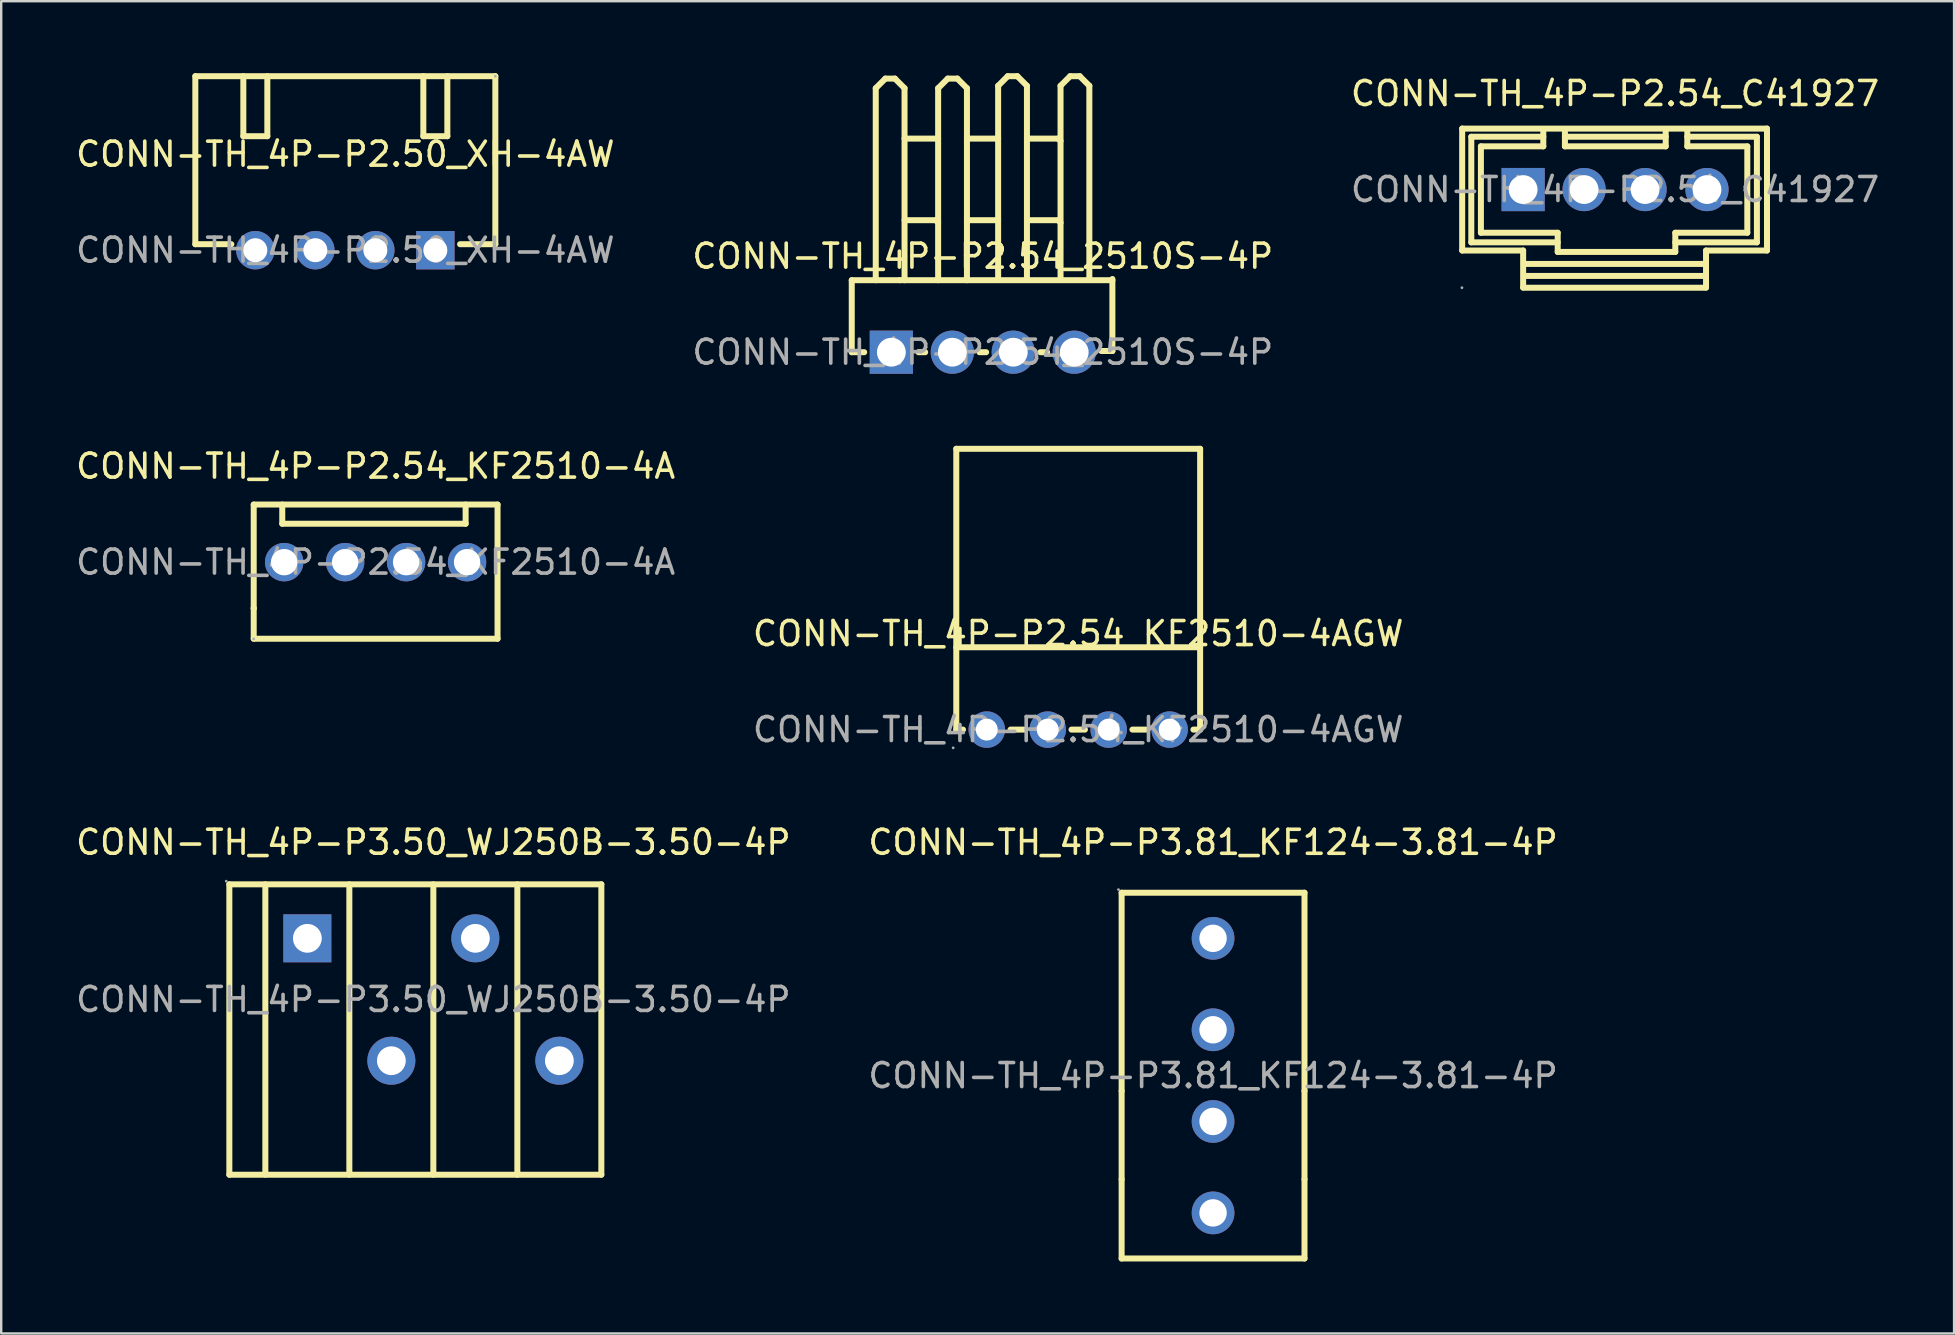
<source format=kicad_pcb>
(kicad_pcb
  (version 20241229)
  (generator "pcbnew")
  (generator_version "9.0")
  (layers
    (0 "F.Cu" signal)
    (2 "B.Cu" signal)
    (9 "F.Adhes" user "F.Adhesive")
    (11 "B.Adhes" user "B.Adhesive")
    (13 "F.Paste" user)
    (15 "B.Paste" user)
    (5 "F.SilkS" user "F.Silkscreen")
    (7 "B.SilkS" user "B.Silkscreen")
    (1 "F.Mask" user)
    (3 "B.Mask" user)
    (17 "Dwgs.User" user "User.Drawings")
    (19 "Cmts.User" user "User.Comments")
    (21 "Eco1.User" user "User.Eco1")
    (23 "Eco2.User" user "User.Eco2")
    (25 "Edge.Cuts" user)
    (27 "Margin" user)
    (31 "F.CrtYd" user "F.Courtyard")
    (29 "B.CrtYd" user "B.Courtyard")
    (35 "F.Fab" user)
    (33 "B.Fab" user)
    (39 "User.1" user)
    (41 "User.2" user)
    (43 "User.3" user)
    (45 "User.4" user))
  (footprint "CONN-TH_4P-P2.54_KF2510-4AGW"
    (layer "F.Cu")
    (at 41.875 27.35)
    (property "Reference" "CONN-TH_4P-P2.54_KF2510-4AGW" (at 0 -4 0) (layer "F.SilkS") (effects (font (size 1 1) (thickness 0.15))))
    (attr through_hole)
    (fp_line (start -5.08 -11.7) (end -5.08 0) (stroke (width 0.25) (type solid)) (layer "F.SilkS"))
    (fp_line (start -5.08 -11.7) (end 5.08 -11.7) (stroke (width 0.25) (type solid)) (layer "F.SilkS"))
    (fp_line (start -5.08 -3.43) (end 5.08 -3.43) (stroke (width 0.25) (type solid)) (layer "F.SilkS"))
    (fp_line (start -4.8 0) (end -5.08 0) (stroke (width 0.25) (type solid)) (layer "F.SilkS"))
    (fp_line (start -2.26 0) (end -2.82 0) (stroke (width 0.25) (type solid)) (layer "F.SilkS"))
    (fp_line (start 0.28 0) (end -0.28 0) (stroke (width 0.25) (type solid)) (layer "F.SilkS"))
    (fp_line (start 2.82 0) (end 2.26 0) (stroke (width 0.25) (type solid)) (layer "F.SilkS"))
    (fp_line (start 5.08 -11.7) (end 5.08 0) (stroke (width 0.25) (type solid)) (layer "F.SilkS"))
    (fp_line (start 5.08 0) (end 4.8 0) (stroke (width 0.25) (type solid)) (layer "F.SilkS"))
    (fp_circle (center -5.21 0.76) (end -5.18 0.76) (stroke (width 0.06) (type solid)) (fill no) (layer "F.Fab"))
    (fp_circle (center -3.81 0) (end -3.63 0) (stroke (width 0.36) (type solid)) (fill no) (layer "F.Fab"))
    (fp_circle (center -1.27 0) (end -1.09 0) (stroke (width 0.36) (type solid)) (fill no) (layer "F.Fab"))
    (fp_circle (center 1.27 0) (end 1.45 0) (stroke (width 0.36) (type solid)) (fill no) (layer "F.Fab"))
    (fp_circle (center 3.81 0) (end 3.99 0) (stroke (width 0.36) (type solid)) (fill no) (layer "F.Fab"))
    (fp_text user "${REFERENCE}" (at 0 0 0) (layer "F.Fab") (effects (font (size 1 1) (thickness 0.15))))
    (pad "1" thru_hole circle (at -3.81 0 90) (size 1.52 1.52) (drill 0.914) (layers "*.Cu" "*.Paste" "*.Mask"))
    (pad "2" thru_hole circle (at -1.27 0 90) (size 1.52 1.52) (drill 0.914) (layers "*.Cu" "*.Paste" "*.Mask"))
    (pad "3" thru_hole circle (at 1.27 0 90) (size 1.52 1.52) (drill 0.914) (layers "*.Cu" "*.Paste" "*.Mask"))
    (pad "4" thru_hole circle (at 3.81 0 90) (size 1.52 1.52) (drill 0.914) (layers "*.Cu" "*.Paste" "*.Mask")))
  (footprint "CONN-TH_4P-P2.54_2510S-4P"
    (layer "F.Cu")
    (at 37.899 11.625)
    (property "Reference" "CONN-TH_4P-P2.54_2510S-4P" (at 0 -4 0) (layer "F.SilkS") (effects (font (size 1 1) (thickness 0.15))))
    (attr through_hole)
    (fp_line (start -5.46 -3) (end -3.46 -3) (stroke (width 0.25) (type solid)) (layer "F.SilkS"))
    (fp_line (start -5.46 0) (end -5.46 -3) (stroke (width 0.25) (type solid)) (layer "F.SilkS"))
    (fp_line (start -5.46 0) (end -4.94 0) (stroke (width 0.25) (type solid)) (layer "F.SilkS"))
    (fp_line (start -4.46 -11) (end -4.06 -11.4) (stroke (width 0.25) (type solid)) (layer "F.SilkS"))
    (fp_line (start -4.46 -3) (end -4.46 -11) (stroke (width 0.25) (type solid)) (layer "F.SilkS"))
    (fp_line (start -4.06 -11.4) (end -3.66 -11.4) (stroke (width 0.25) (type solid)) (layer "F.SilkS"))
    (fp_line (start -3.66 -11.4) (end -3.26 -11) (stroke (width 0.25) (type solid)) (layer "F.SilkS"))
    (fp_line (start -3.46 -3) (end 5.4 -3) (stroke (width 0.25) (type solid)) (layer "F.SilkS"))
    (fp_line (start -3.26 -8.9) (end -1.86 -8.9) (stroke (width 0.25) (type solid)) (layer "F.SilkS"))
    (fp_line (start -3.26 -5.5) (end -1.96 -5.5) (stroke (width 0.25) (type solid)) (layer "F.SilkS"))
    (fp_line (start -3.26 -3) (end -3.26 -11) (stroke (width 0.25) (type solid)) (layer "F.SilkS"))
    (fp_line (start -2.68 0) (end -2.4 0) (stroke (width 0.25) (type solid)) (layer "F.SilkS"))
    (fp_line (start -1.96 -5.5) (end -1.86 -5.4) (stroke (width 0.25) (type solid)) (layer "F.SilkS"))
    (fp_line (start -1.86 -11) (end -1.46 -11.4) (stroke (width 0.25) (type solid)) (layer "F.SilkS"))
    (fp_line (start -1.86 -3) (end -1.86 -11) (stroke (width 0.25) (type solid)) (layer "F.SilkS"))
    (fp_line (start -1.46 -11.4) (end -1.06 -11.4) (stroke (width 0.25) (type solid)) (layer "F.SilkS"))
    (fp_line (start -1.06 -11.4) (end -0.66 -11) (stroke (width 0.25) (type solid)) (layer "F.SilkS"))
    (fp_line (start -0.66 -8.9) (end 0.64 -8.9) (stroke (width 0.25) (type solid)) (layer "F.SilkS"))
    (fp_line (start -0.66 -5.5) (end 0.64 -5.5) (stroke (width 0.25) (type solid)) (layer "F.SilkS"))
    (fp_line (start -0.66 -3) (end -0.66 -11) (stroke (width 0.25) (type solid)) (layer "F.SilkS"))
    (fp_line (start -0.14 0) (end 0.14 0) (stroke (width 0.25) (type solid)) (layer "F.SilkS"))
    (fp_line (start 0.64 -11.1) (end 1.04 -11.5) (stroke (width 0.25) (type solid)) (layer "F.SilkS"))
    (fp_line (start 0.64 -3.1) (end 0.64 -11.1) (stroke (width 0.25) (type solid)) (layer "F.SilkS"))
    (fp_line (start 1.04 -11.5) (end 1.44 -11.5) (stroke (width 0.25) (type solid)) (layer "F.SilkS"))
    (fp_line (start 1.44 -11.5) (end 1.84 -11.1) (stroke (width 0.25) (type solid)) (layer "F.SilkS"))
    (fp_line (start 1.84 -8.9) (end 3.14 -8.9) (stroke (width 0.25) (type solid)) (layer "F.SilkS"))
    (fp_line (start 1.84 -5.5) (end 3.14 -5.5) (stroke (width 0.25) (type solid)) (layer "F.SilkS"))
    (fp_line (start 1.84 -3.1) (end 1.84 -11.1) (stroke (width 0.25) (type solid)) (layer "F.SilkS"))
    (fp_line (start 2.4 0) (end 2.68 0) (stroke (width 0.25) (type solid)) (layer "F.SilkS"))
    (fp_line (start 3.14 -8.9) (end 3.24 -8.8) (stroke (width 0.25) (type solid)) (layer "F.SilkS"))
    (fp_line (start 3.14 -5.5) (end 3.24 -5.4) (stroke (width 0.25) (type solid)) (layer "F.SilkS"))
    (fp_line (start 3.24 -11.1) (end 3.64 -11.5) (stroke (width 0.25) (type solid)) (layer "F.SilkS"))
    (fp_line (start 3.24 -3.1) (end 3.24 -11.1) (stroke (width 0.25) (type solid)) (layer "F.SilkS"))
    (fp_line (start 3.64 -11.5) (end 4.04 -11.5) (stroke (width 0.25) (type solid)) (layer "F.SilkS"))
    (fp_line (start 4.04 -11.5) (end 4.44 -11.1) (stroke (width 0.25) (type solid)) (layer "F.SilkS"))
    (fp_line (start 4.44 -3.1) (end 4.44 -11.1) (stroke (width 0.25) (type solid)) (layer "F.SilkS"))
    (fp_line (start 4.94 -0.05) (end 5.4 -0.05) (stroke (width 0.25) (type solid)) (layer "F.SilkS"))
    (fp_line (start 5.4 -0.05) (end 5.4 -3.05) (stroke (width 0.25) (type solid)) (layer "F.SilkS"))
    (fp_circle (center -5.41 -0.06) (end -5.38 -0.06) (stroke (width 0.06) (type solid)) (fill no) (layer "F.Fab"))
    (fp_text user "${REFERENCE}" (at 0 0 0) (layer "F.Fab") (effects (font (size 1 1) (thickness 0.15))))
    (pad "1" thru_hole rect (at -3.81 0) (size 1.8 1.8) (drill 1.2) (layers "*.Cu" "*.Paste" "*.Mask"))
    (pad "2" thru_hole circle (at -1.27 0) (size 1.8 1.8) (drill 1.2) (layers "*.Cu" "*.Paste" "*.Mask"))
    (pad "3" thru_hole circle (at 1.27 0) (size 1.8 1.8) (drill 1.2) (layers "*.Cu" "*.Paste" "*.Mask"))
    (pad "4" thru_hole circle (at 3.81 0) (size 1.8 1.8) (drill 1.2) (layers "*.Cu" "*.Paste" "*.Mask")))
  (footprint "CONN-TH_4P-P2.54_KF2510-4A"
    (layer "F.Cu")
    (at 12.601 20.373)
    (property "Reference" "CONN-TH_4P-P2.54_KF2510-4A" (at 0 -4 0) (layer "F.SilkS") (effects (font (size 1 1) (thickness 0.15))))
    (attr through_hole)
    (fp_line (start -5.08 -2.4) (end -5.08 1.92) (stroke (width 0.25) (type solid)) (layer "F.SilkS"))
    (fp_line (start -5.08 1.92) (end -5.08 1.92) (stroke (width 0.25) (type solid)) (layer "F.SilkS"))
    (fp_line (start -5.08 1.92) (end -5.08 3.19) (stroke (width 0.25) (type solid)) (layer "F.SilkS"))
    (fp_line (start -5.08 3.19) (end 5.08 3.19) (stroke (width 0.25) (type solid)) (layer "F.SilkS"))
    (fp_line (start -3.89 -2.4) (end -3.89 -1.6) (stroke (width 0.25) (type solid)) (layer "F.SilkS"))
    (fp_line (start -3.89 -1.6) (end 3.75 -1.6) (stroke (width 0.25) (type solid)) (layer "F.SilkS"))
    (fp_line (start 3.75 -1.6) (end 3.75 -2.4) (stroke (width 0.25) (type solid)) (layer "F.SilkS"))
    (fp_line (start 5.08 -2.4) (end -5.08 -2.4) (stroke (width 0.25) (type solid)) (layer "F.SilkS"))
    (fp_line (start 5.08 3.19) (end 5.08 -2.4) (stroke (width 0.25) (type solid)) (layer "F.SilkS"))
    (fp_circle (center -5.08 3.2) (end -5.05 3.2) (stroke (width 0.06) (type solid)) (fill no) (layer "F.Fab"))
    (fp_text user "${REFERENCE}" (at 0 0 0) (layer "F.Fab") (effects (font (size 1 1) (thickness 0.15))))
    (pad "1" thru_hole circle (at -3.81 0 90) (size 1.6 1.6) (drill 1.1) (layers "*.Cu" "*.Paste" "*.Mask"))
    (pad "2" thru_hole circle (at -1.27 0 90) (size 1.6 1.6) (drill 1.1) (layers "*.Cu" "*.Paste" "*.Mask"))
    (pad "3" thru_hole circle (at 1.27 0 90) (size 1.6 1.6) (drill 1.1) (layers "*.Cu" "*.Paste" "*.Mask"))
    (pad "4" thru_hole circle (at 3.81 0 90) (size 1.6 1.6) (drill 1.1) (layers "*.Cu" "*.Paste" "*.Mask")))
  (footprint "CONN-TH_4P-P3.50_WJ250B-3.50-4P"
    (layer "F.Cu")
    (at 15.006 38.596)
    (property "Reference" "CONN-TH_4P-P3.50_WJ250B-3.50-4P" (at 0 -6.55 0) (layer "F.SilkS") (effects (font (size 1 1) (thickness 0.15))))
    (attr through_hole)
    (fp_line (start -8.5 -4.8) (end 7 -4.8) (stroke (width 0.25) (type solid)) (layer "F.SilkS"))
    (fp_line (start -8.5 7.3) (end -8.5 -4.8) (stroke (width 0.25) (type solid)) (layer "F.SilkS"))
    (fp_line (start -8.5 7.3) (end 7 7.3) (stroke (width 0.25) (type solid)) (layer "F.SilkS"))
    (fp_line (start -7 7.3) (end -7 -4.8) (stroke (width 0.25) (type solid)) (layer "F.SilkS"))
    (fp_line (start -3.5 7.3) (end -3.5 -4.8) (stroke (width 0.25) (type solid)) (layer "F.SilkS"))
    (fp_line (start 0 7.3) (end 0 -4.8) (stroke (width 0.25) (type solid)) (layer "F.SilkS"))
    (fp_line (start 3.5 7.3) (end 3.5 -4.8) (stroke (width 0.25) (type solid)) (layer "F.SilkS"))
    (fp_line (start 7 7.3) (end 7 -4.8) (stroke (width 0.25) (type solid)) (layer "F.SilkS"))
    (fp_circle (center -8.63 -4.93) (end -8.6 -4.93) (stroke (width 0.06) (type solid)) (fill no) (layer "F.Fab"))
    (fp_circle (center -5.25 -2.55) (end -5 -2.55) (stroke (width 0.5) (type solid)) (fill no) (layer "F.Fab"))
    (fp_circle (center -1.75 2.55) (end -1.5 2.55) (stroke (width 0.5) (type solid)) (fill no) (layer "F.Fab"))
    (fp_circle (center 1.75 -2.55) (end 2 -2.55) (stroke (width 0.5) (type solid)) (fill no) (layer "F.Fab"))
    (fp_circle (center 5.25 2.55) (end 5.5 2.55) (stroke (width 0.5) (type solid)) (fill no) (layer "F.Fab"))
    (fp_text user "${REFERENCE}" (at 0 0 0) (layer "F.Fab") (effects (font (size 1 1) (thickness 0.15))))
    (pad "1" thru_hole rect (at -5.25 -2.55) (size 2 2) (drill 1.2) (layers "*.Cu" "*.Paste" "*.Mask"))
    (pad "2" thru_hole circle (at -1.75 2.55 180) (size 2 2) (drill 1.2) (layers "*.Cu" "*.Paste" "*.Mask"))
    (pad "3" thru_hole circle (at 1.75 -2.55 180) (size 2 2) (drill 1.2) (layers "*.Cu" "*.Paste" "*.Mask"))
    (pad "4" thru_hole circle (at 5.25 2.55) (size 2 2) (drill 1.2) (layers "*.Cu" "*.Paste" "*.Mask")))
  (footprint "CONN-TH_4P-P2.50_XH-4AW"
    (layer "F.Cu")
    (at 11.339 7.375)
    (property "Reference" "CONN-TH_4P-P2.50_XH-4AW" (at 0 -4 0) (layer "F.SilkS") (effects (font (size 1 1) (thickness 0.15))))
    (attr through_hole)
    (fp_line (start -6.25 -0.25) (end -6.25 -7.25) (stroke (width 0.25) (type solid)) (layer "F.SilkS"))
    (fp_line (start -4.75 -0.25) (end -6.25 -0.25) (stroke (width 0.25) (type solid)) (layer "F.SilkS"))
    (fp_line (start -4.25 -7.25) (end -4.25 -4.75) (stroke (width 0.25) (type solid)) (layer "F.SilkS"))
    (fp_line (start -4.25 -4.75) (end -3.25 -4.75) (stroke (width 0.25) (type solid)) (layer "F.SilkS"))
    (fp_line (start -3.25 -7.25) (end -3.25 -4.75) (stroke (width 0.25) (type solid)) (layer "F.SilkS"))
    (fp_line (start 3.25 -7.25) (end 3.25 -4.75) (stroke (width 0.25) (type solid)) (layer "F.SilkS"))
    (fp_line (start 3.25 -4.75) (end 4.25 -4.75) (stroke (width 0.25) (type solid)) (layer "F.SilkS"))
    (fp_line (start 4.25 -7.25) (end 4.25 -4.75) (stroke (width 0.25) (type solid)) (layer "F.SilkS"))
    (fp_line (start 6.25 -7.25) (end -6.25 -7.25) (stroke (width 0.25) (type solid)) (layer "F.SilkS"))
    (fp_line (start 6.25 -0.25) (end 4.78 -0.25) (stroke (width 0.25) (type solid)) (layer "F.SilkS"))
    (fp_line (start 6.25 -0.25) (end 6.25 -7.25) (stroke (width 0.25) (type solid)) (layer "F.SilkS"))
    (fp_circle (center 6.25 -7.25) (end 6.28 -7.25) (stroke (width 0.06) (type solid)) (fill no) (layer "F.Fab"))
    (fp_text user "${REFERENCE}" (at 0 0 0) (layer "F.Fab") (effects (font (size 1 1) (thickness 0.15))))
    (pad "1" thru_hole rect (at 3.75 0) (size 1.6 1.6) (drill 1) (layers "*.Cu" "*.Paste" "*.Mask"))
    (pad "2" thru_hole circle (at 1.25 0) (size 1.6 1.6) (drill 1) (layers "*.Cu" "*.Paste" "*.Mask"))
    (pad "3" thru_hole circle (at -1.25 0) (size 1.6 1.6) (drill 1) (layers "*.Cu" "*.Paste" "*.Mask"))
    (pad "4" thru_hole circle (at -3.75 0) (size 1.6 1.6) (drill 1) (layers "*.Cu" "*.Paste" "*.Mask")))
  (footprint "CONN-TH_4P-P3.81_KF124-3.81-4P"
    (layer "F.Cu")
    (at 47.494 41.767)
    (property "Reference" "CONN-TH_4P-P3.81_KF124-3.81-4P" (at 0 -9.72 0) (layer "F.SilkS") (effects (font (size 1 1) (thickness 0.15))))
    (attr through_hole)
    (fp_line (start -3.81 -7.62) (end 3.81 -7.62) (stroke (width 0.25) (type solid)) (layer "F.SilkS"))
    (fp_line (start -3.81 0.64) (end -3.81 -7.62) (stroke (width 0.25) (type solid)) (layer "F.SilkS"))
    (fp_line (start -3.81 4.32) (end -3.81 0.64) (stroke (width 0.25) (type solid)) (layer "F.SilkS"))
    (fp_line (start -3.81 7.62) (end -3.81 4.32) (stroke (width 0.25) (type solid)) (layer "F.SilkS"))
    (fp_line (start 3.81 -7.62) (end 3.81 0.64) (stroke (width 0.25) (type solid)) (layer "F.SilkS"))
    (fp_line (start 3.81 0.64) (end 3.81 4.32) (stroke (width 0.25) (type solid)) (layer "F.SilkS"))
    (fp_line (start 3.81 4.32) (end 3.81 7.62) (stroke (width 0.25) (type solid)) (layer "F.SilkS"))
    (fp_line (start 3.81 7.62) (end -3.81 7.62) (stroke (width 0.25) (type solid)) (layer "F.SilkS"))
    (fp_circle (center -3.94 -7.75) (end -3.91 -7.75) (stroke (width 0.06) (type solid)) (fill no) (layer "F.Fab"))
    (fp_circle (center 0 -5.72) (end 0.24 -5.72) (stroke (width 0.47) (type solid)) (fill no) (layer "F.Fab"))
    (fp_circle (center 0 -1.91) (end 0.24 -1.91) (stroke (width 0.47) (type solid)) (fill no) (layer "F.Fab"))
    (fp_circle (center 0 1.91) (end 0.24 1.91) (stroke (width 0.47) (type solid)) (fill no) (layer "F.Fab"))
    (fp_circle (center 0 5.72) (end 0.24 5.72) (stroke (width 0.47) (type solid)) (fill no) (layer "F.Fab"))
    (fp_text user "${REFERENCE}" (at 0 0 0) (layer "F.Fab") (effects (font (size 1 1) (thickness 0.15))))
    (pad "1" thru_hole circle (at 0 -5.72 270) (size 1.78 1.78) (drill 1.143) (layers "*.Cu" "*.Paste" "*.Mask"))
    (pad "2" thru_hole circle (at 0 -1.91 270) (size 1.78 1.78) (drill 1.143) (layers "*.Cu" "*.Paste" "*.Mask"))
    (pad "3" thru_hole circle (at 0 1.91 270) (size 1.78 1.78) (drill 1.143) (layers "*.Cu" "*.Paste" "*.Mask"))
    (pad "4" thru_hole circle (at 0 5.72 270) (size 1.78 1.78) (drill 1.143) (layers "*.Cu" "*.Paste" "*.Mask")))
  (footprint "CONN-TH_4P-P2.54_C41927"
    (layer "F.Cu")
    (at 64.244 4.848)
    (property "Reference" "CONN-TH_4P-P2.54_C41927" (at 0 -4 0) (layer "F.SilkS") (effects (font (size 1 1) (thickness 0.15))))
    (attr through_hole)
    (fp_line (start -6.37 -2.54) (end -6.37 2.54) (stroke (width 0.25) (type solid)) (layer "F.SilkS"))
    (fp_line (start -6.37 -2.54) (end 6.33 -2.54) (stroke (width 0.25) (type solid)) (layer "F.SilkS"))
    (fp_line (start -6.37 2.54) (end -3.83 2.54) (stroke (width 0.25) (type solid)) (layer "F.SilkS"))
    (fp_line (start -5.99 -2.2) (end -5.99 2.2) (stroke (width 0.25) (type solid)) (layer "F.SilkS"))
    (fp_line (start -5.99 2.2) (end -2.39 2.2) (stroke (width 0.25) (type solid)) (layer "F.SilkS"))
    (fp_line (start -5.59 -1.8) (end -5.59 1.8) (stroke (width 0.25) (type solid)) (layer "F.SilkS"))
    (fp_line (start -5.59 1.8) (end -2.39 1.8) (stroke (width 0.25) (type solid)) (layer "F.SilkS"))
    (fp_line (start -3.83 2.54) (end -3.83 4.08) (stroke (width 0.25) (type solid)) (layer "F.SilkS"))
    (fp_line (start -3.83 4.09) (end 3.79 4.09) (stroke (width 0.25) (type solid)) (layer "F.SilkS"))
    (fp_line (start -3.79 3.1) (end 3.71 3.1) (stroke (width 0.25) (type solid)) (layer "F.SilkS"))
    (fp_line (start -3.79 3.6) (end 3.71 3.6) (stroke (width 0.25) (type solid)) (layer "F.SilkS"))
    (fp_line (start -2.99 -2.2) (end -5.99 -2.2) (stroke (width 0.25) (type solid)) (layer "F.SilkS"))
    (fp_line (start -2.99 -1.8) (end -5.59 -1.8) (stroke (width 0.25) (type solid)) (layer "F.SilkS"))
    (fp_line (start -2.99 -1.8) (end -2.99 -2.5) (stroke (width 0.25) (type solid)) (layer "F.SilkS"))
    (fp_line (start -2.39 1.8) (end -2.39 2.6) (stroke (width 0.25) (type solid)) (layer "F.SilkS"))
    (fp_line (start -2.39 2.6) (end 2.51 2.6) (stroke (width 0.25) (type solid)) (layer "F.SilkS"))
    (fp_line (start -2.09 -2.2) (end 2.11 -2.2) (stroke (width 0.25) (type solid)) (layer "F.SilkS"))
    (fp_line (start -2.09 -1.8) (end -2.09 -2.5) (stroke (width 0.25) (type solid)) (layer "F.SilkS"))
    (fp_line (start -2.09 -1.8) (end 2.11 -1.8) (stroke (width 0.25) (type solid)) (layer "F.SilkS"))
    (fp_line (start 2.11 -1.8) (end 2.11 -2.5) (stroke (width 0.25) (type solid)) (layer "F.SilkS"))
    (fp_line (start 2.51 1.8) (end 5.51 1.8) (stroke (width 0.25) (type solid)) (layer "F.SilkS"))
    (fp_line (start 2.51 2.6) (end 2.51 1.8) (stroke (width 0.25) (type solid)) (layer "F.SilkS"))
    (fp_line (start 3.01 -2.2) (end 5.91 -2.2) (stroke (width 0.25) (type solid)) (layer "F.SilkS"))
    (fp_line (start 3.01 -1.8) (end 3.01 -2.5) (stroke (width 0.25) (type solid)) (layer "F.SilkS"))
    (fp_line (start 3.79 2.54) (end 3.79 4.08) (stroke (width 0.25) (type solid)) (layer "F.SilkS"))
    (fp_line (start 3.79 2.54) (end 6.33 2.54) (stroke (width 0.25) (type solid)) (layer "F.SilkS"))
    (fp_line (start 5.51 -1.8) (end 3.01 -1.8) (stroke (width 0.25) (type solid)) (layer "F.SilkS"))
    (fp_line (start 5.51 1.8) (end 5.51 -1.8) (stroke (width 0.25) (type solid)) (layer "F.SilkS"))
    (fp_line (start 5.91 -2.2) (end 5.91 2.2) (stroke (width 0.25) (type solid)) (layer "F.SilkS"))
    (fp_line (start 5.91 2.2) (end 2.51 2.2) (stroke (width 0.25) (type solid)) (layer "F.SilkS"))
    (fp_line (start 6.33 -2.54) (end 6.33 2.54) (stroke (width 0.25) (type solid)) (layer "F.SilkS"))
    (fp_circle (center -6.38 4.09) (end -6.35 4.09) (stroke (width 0.06) (type solid)) (fill no) (layer "F.Fab"))
    (fp_text user "${REFERENCE}" (at 0 0 0) (layer "F.Fab") (effects (font (size 1 1) (thickness 0.15))))
    (pad "1" thru_hole rect (at -3.83 0) (size 1.8 1.8) (drill 1.2) (layers "*.Cu" "*.Paste" "*.Mask"))
    (pad "2" thru_hole circle (at -1.29 0) (size 1.8 1.8) (drill 1.2) (layers "*.Cu" "*.Paste" "*.Mask"))
    (pad "3" thru_hole circle (at 1.25 0) (size 1.8 1.8) (drill 1.2) (layers "*.Cu" "*.Paste" "*.Mask"))
    (pad "4" thru_hole circle (at 3.83 0) (size 1.8 1.8) (drill 1.2) (layers "*.Cu" "*.Paste" "*.Mask")))
  (gr_rect
    (start -3 -3)
    (end 78.369 52.511)
    (stroke (width 0.1) (type default))
    (fill no)
    (layer "Edge.Cuts")))
</source>
